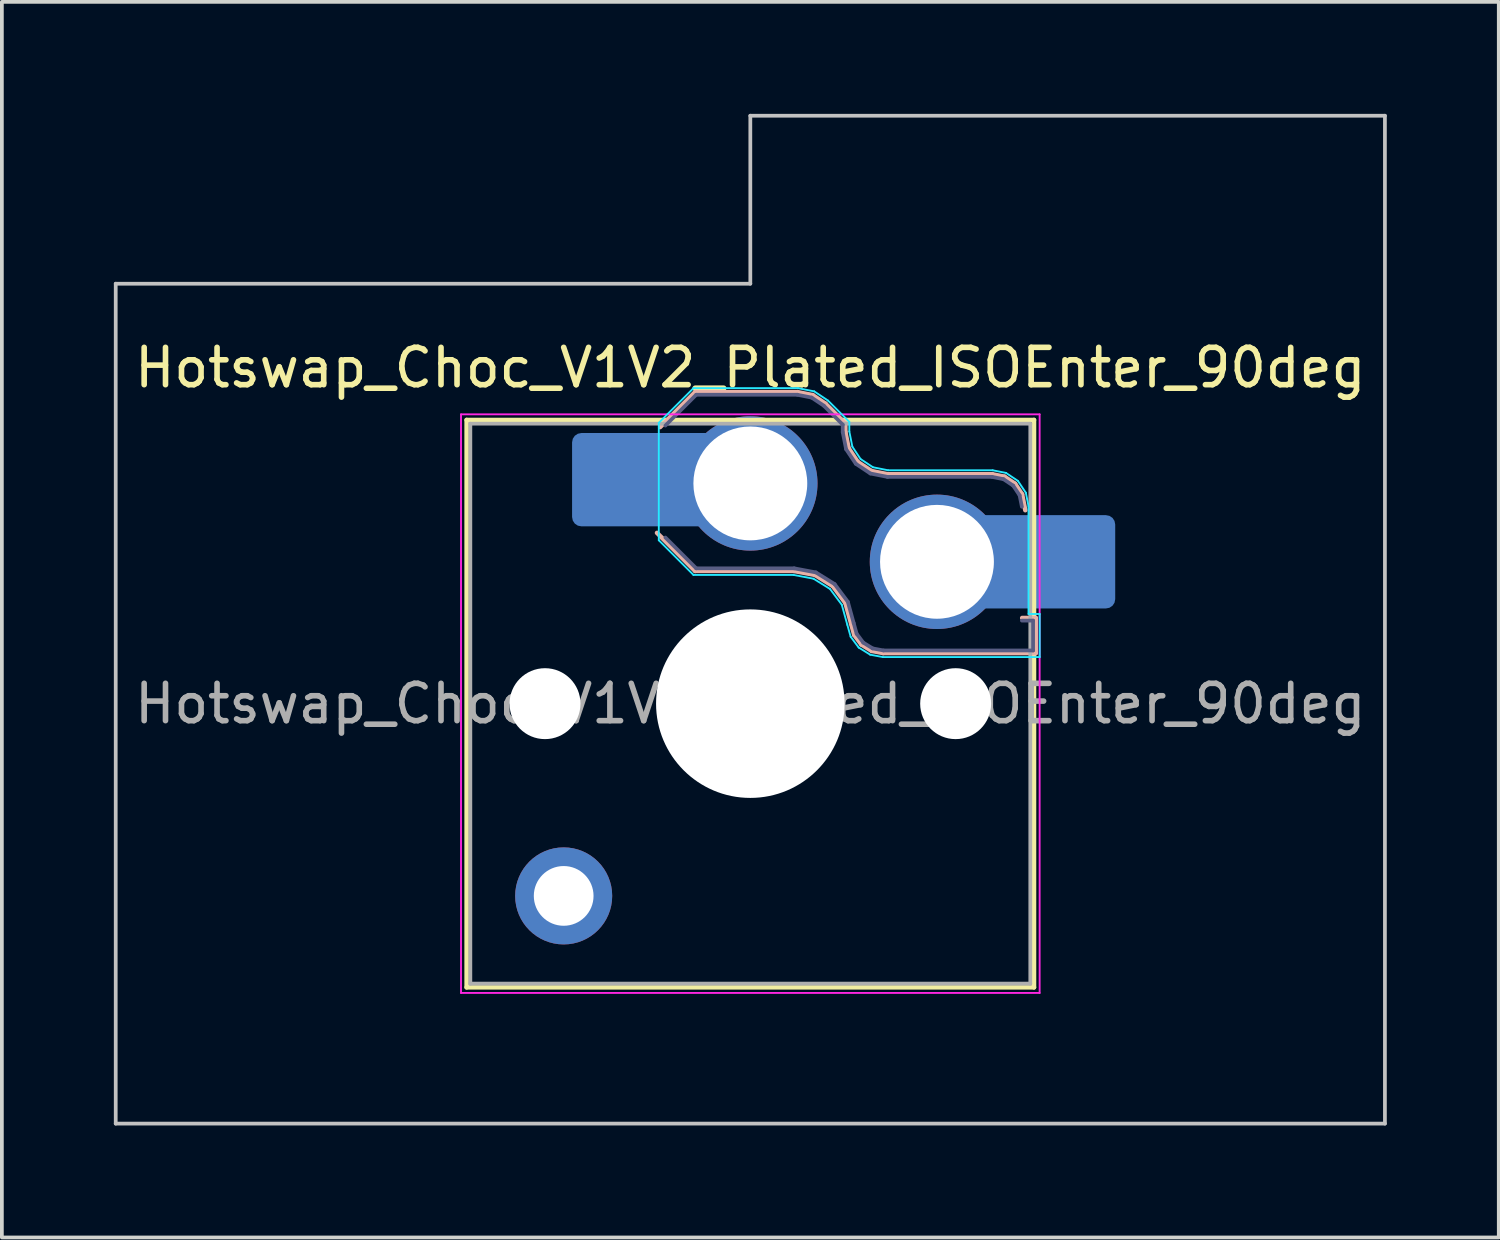
<source format=kicad_pcb>
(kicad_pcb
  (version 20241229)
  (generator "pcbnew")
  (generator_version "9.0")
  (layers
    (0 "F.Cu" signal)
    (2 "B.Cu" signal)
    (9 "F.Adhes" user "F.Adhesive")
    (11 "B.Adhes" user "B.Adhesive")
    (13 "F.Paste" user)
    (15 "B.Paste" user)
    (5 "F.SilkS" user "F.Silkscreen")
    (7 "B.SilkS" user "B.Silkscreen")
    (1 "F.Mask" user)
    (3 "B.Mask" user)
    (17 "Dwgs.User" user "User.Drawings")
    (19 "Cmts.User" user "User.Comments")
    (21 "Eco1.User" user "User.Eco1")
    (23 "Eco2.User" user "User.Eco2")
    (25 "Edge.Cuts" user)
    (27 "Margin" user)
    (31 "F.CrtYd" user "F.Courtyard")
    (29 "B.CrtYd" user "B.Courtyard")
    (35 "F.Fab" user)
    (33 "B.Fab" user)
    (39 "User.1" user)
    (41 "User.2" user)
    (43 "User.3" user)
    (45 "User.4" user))
  (footprint "Hotswap_Choc_V1V2_Plated_ISOEnter_90deg"
    (layer "F.Cu")
    (at 17.05 15.8)
    (property "Reference" "Hotswap_Choc_V1V2_Plated_ISOEnter_90deg" (at 0 -9 0) (layer "F.SilkS") (effects (font (size 1 1) (thickness 0.15))))
    (attr smd)
    (fp_line (start -7.6 -7.6) (end -7.6 7.6) (stroke (width 0.12) (type solid)) (layer "F.SilkS"))
    (fp_line (start -7.6 7.6) (end 7.6 7.6) (stroke (width 0.12) (type solid)) (layer "F.SilkS"))
    (fp_line (start 7.6 -7.6) (end -7.6 -7.6) (stroke (width 0.12) (type solid)) (layer "F.SilkS"))
    (fp_line (start 7.6 7.6) (end 7.6 -7.6) (stroke (width 0.12) (type solid)) (layer "F.SilkS"))
    (fp_line (start -2.416 -7.409) (end -1.479 -8.346) (stroke (width 0.12) (type solid)) (layer "B.SilkS"))
    (fp_line (start -1.479 -8.346) (end 1.268 -8.346) (stroke (width 0.12) (type solid)) (layer "B.SilkS"))
    (fp_line (start -1.479 -3.554) (end -2.5 -4.575) (stroke (width 0.12) (type solid)) (layer "B.SilkS"))
    (fp_line (start 1.168 -3.554) (end -1.479 -3.554) (stroke (width 0.12) (type solid)) (layer "B.SilkS"))
    (fp_line (start 1.268 -8.346) (end 1.671 -8.266) (stroke (width 0.12) (type solid)) (layer "B.SilkS"))
    (fp_line (start 1.671 -8.266) (end 2.013 -8.037) (stroke (width 0.12) (type solid)) (layer "B.SilkS"))
    (fp_line (start 1.73 -3.449) (end 1.168 -3.554) (stroke (width 0.12) (type solid)) (layer "B.SilkS"))
    (fp_line (start 2.013 -8.037) (end 2.546 -7.504) (stroke (width 0.12) (type solid)) (layer "B.SilkS"))
    (fp_line (start 2.209 -3.15) (end 1.73 -3.449) (stroke (width 0.12) (type solid)) (layer "B.SilkS"))
    (fp_line (start 2.546 -7.504) (end 2.546 -7.282) (stroke (width 0.12) (type solid)) (layer "B.SilkS"))
    (fp_line (start 2.546 -7.282) (end 2.633 -6.844) (stroke (width 0.12) (type solid)) (layer "B.SilkS"))
    (fp_line (start 2.547 -2.697) (end 2.209 -3.15) (stroke (width 0.12) (type solid)) (layer "B.SilkS"))
    (fp_line (start 2.633 -6.844) (end 2.877 -6.477) (stroke (width 0.12) (type solid)) (layer "B.SilkS"))
    (fp_line (start 2.701 -2.139) (end 2.547 -2.697) (stroke (width 0.12) (type solid)) (layer "B.SilkS"))
    (fp_line (start 2.783 -1.841) (end 2.701 -2.139) (stroke (width 0.12) (type solid)) (layer "B.SilkS"))
    (fp_line (start 2.877 -6.477) (end 3.244 -6.233) (stroke (width 0.12) (type solid)) (layer "B.SilkS"))
    (fp_line (start 2.976 -1.583) (end 2.783 -1.841) (stroke (width 0.12) (type solid)) (layer "B.SilkS"))
    (fp_line (start 3.244 -6.233) (end 3.682 -6.146) (stroke (width 0.12) (type solid)) (layer "B.SilkS"))
    (fp_line (start 3.25 -1.413) (end 2.976 -1.583) (stroke (width 0.12) (type solid)) (layer "B.SilkS"))
    (fp_line (start 3.56 -1.354) (end 3.25 -1.413) (stroke (width 0.12) (type solid)) (layer "B.SilkS"))
    (fp_line (start 3.682 -6.146) (end 6.482 -6.146) (stroke (width 0.12) (type solid)) (layer "B.SilkS"))
    (fp_line (start 6.482 -6.146) (end 6.809 -6.081) (stroke (width 0.12) (type solid)) (layer "B.SilkS"))
    (fp_line (start 6.809 -6.081) (end 7.092 -5.892) (stroke (width 0.12) (type solid)) (layer "B.SilkS"))
    (fp_line (start 7.092 -5.892) (end 7.281 -5.609) (stroke (width 0.12) (type solid)) (layer "B.SilkS"))
    (fp_line (start 7.281 -5.609) (end 7.366 -5.182) (stroke (width 0.12) (type solid)) (layer "B.SilkS"))
    (fp_line (start 7.283 -2.296) (end 7.646 -2.296) (stroke (width 0.12) (type solid)) (layer "B.SilkS"))
    (fp_line (start 7.646 -2.296) (end 7.646 -1.354) (stroke (width 0.12) (type solid)) (layer "B.SilkS"))
    (fp_line (start 7.646 -1.354) (end 3.56 -1.354) (stroke (width 0.12) (type solid)) (layer "B.SilkS"))
    (fp_line (start -17 -11.25) (end -17 11.25) (stroke (width 0.1) (type solid)) (layer "Dwgs.User"))
    (fp_line (start -17 11.25) (end 17 11.25) (stroke (width 0.1) (type solid)) (layer "Dwgs.User"))
    (fp_line (start 0 -15.75) (end 0 -11.25) (stroke (width 0.1) (type solid)) (layer "Dwgs.User"))
    (fp_line (start 0 -11.25) (end -17 -11.25) (stroke (width 0.1) (type solid)) (layer "Dwgs.User"))
    (fp_line (start 17 -15.75) (end 0 -15.75) (stroke (width 0.1) (type solid)) (layer "Dwgs.User"))
    (fp_line (start 17 11.25) (end 17 -15.75) (stroke (width 0.1) (type solid)) (layer "Dwgs.User"))
    (fp_line (start -7.25 -7.25) (end -7.25 7.25) (stroke (width 0.1) (type solid)) (layer "Eco1.User"))
    (fp_line (start -7.25 7.25) (end 7.25 7.25) (stroke (width 0.1) (type solid)) (layer "Eco1.User"))
    (fp_line (start 7.25 -7.25) (end -7.25 -7.25) (stroke (width 0.1) (type solid)) (layer "Eco1.User"))
    (fp_line (start 7.25 7.25) (end 7.25 -7.25) (stroke (width 0.1) (type solid)) (layer "Eco1.User"))
    (fp_line (start -2.452 -7.523) (end -1.523 -8.452) (stroke (width 0.05) (type solid)) (layer "B.CrtYd"))
    (fp_line (start -2.452 -4.377) (end -2.452 -7.523) (stroke (width 0.05) (type solid)) (layer "B.CrtYd"))
    (fp_line (start -1.523 -8.452) (end 1.278 -8.452) (stroke (width 0.05) (type solid)) (layer "B.CrtYd"))
    (fp_line (start -1.523 -3.448) (end -2.452 -4.377) (stroke (width 0.05) (type solid)) (layer "B.CrtYd"))
    (fp_line (start 1.159 -3.448) (end -1.523 -3.448) (stroke (width 0.05) (type solid)) (layer "B.CrtYd"))
    (fp_line (start 1.278 -8.452) (end 1.712 -8.366) (stroke (width 0.05) (type solid)) (layer "B.CrtYd"))
    (fp_line (start 1.691 -3.348) (end 1.159 -3.448) (stroke (width 0.05) (type solid)) (layer "B.CrtYd"))
    (fp_line (start 1.712 -8.366) (end 2.081 -8.119) (stroke (width 0.05) (type solid)) (layer "B.CrtYd"))
    (fp_line (start 2.081 -8.119) (end 2.652 -7.548) (stroke (width 0.05) (type solid)) (layer "B.CrtYd"))
    (fp_line (start 2.136 -3.071) (end 1.691 -3.348) (stroke (width 0.05) (type solid)) (layer "B.CrtYd"))
    (fp_line (start 2.45 -2.65) (end 2.136 -3.071) (stroke (width 0.05) (type solid)) (layer "B.CrtYd"))
    (fp_line (start 2.599 -2.111) (end 2.45 -2.65) (stroke (width 0.05) (type solid)) (layer "B.CrtYd"))
    (fp_line (start 2.652 -7.548) (end 2.652 -7.292) (stroke (width 0.05) (type solid)) (layer "B.CrtYd"))
    (fp_line (start 2.652 -7.292) (end 2.733 -6.885) (stroke (width 0.05) (type solid)) (layer "B.CrtYd"))
    (fp_line (start 2.687 -1.794) (end 2.599 -2.111) (stroke (width 0.05) (type solid)) (layer "B.CrtYd"))
    (fp_line (start 2.733 -6.885) (end 2.953 -6.553) (stroke (width 0.05) (type solid)) (layer "B.CrtYd"))
    (fp_line (start 2.903 -1.503) (end 2.687 -1.794) (stroke (width 0.05) (type solid)) (layer "B.CrtYd"))
    (fp_line (start 2.953 -6.553) (end 3.285 -6.333) (stroke (width 0.05) (type solid)) (layer "B.CrtYd"))
    (fp_line (start 3.211 -1.312) (end 2.903 -1.503) (stroke (width 0.05) (type solid)) (layer "B.CrtYd"))
    (fp_line (start 3.285 -6.333) (end 3.692 -6.252) (stroke (width 0.05) (type solid)) (layer "B.CrtYd"))
    (fp_line (start 3.55 -1.248) (end 3.211 -1.312) (stroke (width 0.05) (type solid)) (layer "B.CrtYd"))
    (fp_line (start 3.692 -6.252) (end 6.492 -6.252) (stroke (width 0.05) (type solid)) (layer "B.CrtYd"))
    (fp_line (start 6.492 -6.252) (end 6.85 -6.181) (stroke (width 0.05) (type solid)) (layer "B.CrtYd"))
    (fp_line (start 6.85 -6.181) (end 7.168 -5.968) (stroke (width 0.05) (type solid)) (layer "B.CrtYd"))
    (fp_line (start 7.168 -5.968) (end 7.381 -5.65) (stroke (width 0.05) (type solid)) (layer "B.CrtYd"))
    (fp_line (start 7.381 -5.65) (end 7.452 -5.292) (stroke (width 0.05) (type solid)) (layer "B.CrtYd"))
    (fp_line (start 7.452 -5.292) (end 7.452 -2.402) (stroke (width 0.05) (type solid)) (layer "B.CrtYd"))
    (fp_line (start 7.452 -2.402) (end 7.752 -2.402) (stroke (width 0.05) (type solid)) (layer "B.CrtYd"))
    (fp_line (start 7.752 -2.402) (end 7.752 -1.248) (stroke (width 0.05) (type solid)) (layer "B.CrtYd"))
    (fp_line (start 7.752 -1.248) (end 3.55 -1.248) (stroke (width 0.05) (type solid)) (layer "B.CrtYd"))
    (fp_line (start -7.75 -7.75) (end -7.75 7.75) (stroke (width 0.05) (type solid)) (layer "F.CrtYd"))
    (fp_line (start -7.75 7.75) (end 7.75 7.75) (stroke (width 0.05) (type solid)) (layer "F.CrtYd"))
    (fp_line (start 7.75 -7.75) (end -7.75 -7.75) (stroke (width 0.05) (type solid)) (layer "F.CrtYd"))
    (fp_line (start 7.75 7.75) (end 7.75 -7.75) (stroke (width 0.05) (type solid)) (layer "F.CrtYd"))
    (fp_line (start -2.275 -7.45) (end -1.45 -8.275) (stroke (width 0.1) (type solid)) (layer "B.Fab"))
    (fp_line (start -1.45 -8.275) (end 1.261 -8.275) (stroke (width 0.1) (type solid)) (layer "B.Fab"))
    (fp_line (start -1.45 -3.625) (end -2.275 -4.45) (stroke (width 0.1) (type solid)) (layer "B.Fab"))
    (fp_line (start 1.175 -3.625) (end -1.45 -3.625) (stroke (width 0.1) (type solid)) (layer "B.Fab"))
    (fp_line (start 1.261 -8.275) (end 1.643 -8.199) (stroke (width 0.1) (type solid)) (layer "B.Fab"))
    (fp_line (start 1.643 -8.199) (end 1.968 -7.982) (stroke (width 0.1) (type solid)) (layer "B.Fab"))
    (fp_line (start 1.756 -3.516) (end 1.175 -3.625) (stroke (width 0.1) (type solid)) (layer "B.Fab"))
    (fp_line (start 1.968 -7.982) (end 2.475 -7.475) (stroke (width 0.1) (type solid)) (layer "B.Fab"))
    (fp_line (start 2.258 -3.203) (end 1.756 -3.516) (stroke (width 0.1) (type solid)) (layer "B.Fab"))
    (fp_line (start 2.475 -7.475) (end 2.475 -7.275) (stroke (width 0.1) (type solid)) (layer "B.Fab"))
    (fp_line (start 2.475 -7.275) (end 2.566 -6.816) (stroke (width 0.1) (type solid)) (layer "B.Fab"))
    (fp_line (start 2.566 -6.816) (end 2.826 -6.426) (stroke (width 0.1) (type solid)) (layer "B.Fab"))
    (fp_line (start 2.612 -2.729) (end 2.258 -3.203) (stroke (width 0.1) (type solid)) (layer "B.Fab"))
    (fp_line (start 2.769 -2.158) (end 2.612 -2.729) (stroke (width 0.1) (type solid)) (layer "B.Fab"))
    (fp_line (start 2.826 -6.426) (end 3.216 -6.166) (stroke (width 0.1) (type solid)) (layer "B.Fab"))
    (fp_line (start 2.848 -1.873) (end 2.769 -2.158) (stroke (width 0.1) (type solid)) (layer "B.Fab"))
    (fp_line (start 3.025 -1.636) (end 2.848 -1.873) (stroke (width 0.1) (type solid)) (layer "B.Fab"))
    (fp_line (start 3.216 -6.166) (end 3.675 -6.075) (stroke (width 0.1) (type solid)) (layer "B.Fab"))
    (fp_line (start 3.276 -1.48) (end 3.025 -1.636) (stroke (width 0.1) (type solid)) (layer "B.Fab"))
    (fp_line (start 3.567 -1.425) (end 3.276 -1.48) (stroke (width 0.1) (type solid)) (layer "B.Fab"))
    (fp_line (start 3.675 -6.075) (end 6.475 -6.075) (stroke (width 0.1) (type solid)) (layer "B.Fab"))
    (fp_line (start 6.475 -6.075) (end 6.781 -6.014) (stroke (width 0.1) (type solid)) (layer "B.Fab"))
    (fp_line (start 6.781 -6.014) (end 7.041 -5.841) (stroke (width 0.1) (type solid)) (layer "B.Fab"))
    (fp_line (start 7.041 -5.841) (end 7.214 -5.581) (stroke (width 0.1) (type solid)) (layer "B.Fab"))
    (fp_line (start 7.214 -5.581) (end 7.275 -5.275) (stroke (width 0.1) (type solid)) (layer "B.Fab"))
    (fp_line (start 7.275 -2.225) (end 7.575 -2.225) (stroke (width 0.1) (type solid)) (layer "B.Fab"))
    (fp_line (start 7.575 -2.225) (end 7.575 -1.425) (stroke (width 0.1) (type solid)) (layer "B.Fab"))
    (fp_line (start 7.575 -1.425) (end 3.567 -1.425) (stroke (width 0.1) (type solid)) (layer "B.Fab"))
    (fp_line (start -7.5 -7.5) (end -7.5 7.5) (stroke (width 0.1) (type solid)) (layer "F.Fab"))
    (fp_line (start -7.5 7.5) (end 7.5 7.5) (stroke (width 0.1) (type solid)) (layer "F.Fab"))
    (fp_line (start 7.5 -7.5) (end -7.5 -7.5) (stroke (width 0.1) (type solid)) (layer "F.Fab"))
    (fp_line (start 7.5 7.5) (end 7.5 -7.5) (stroke (width 0.1) (type solid)) (layer "F.Fab"))
    (fp_text user "${REFERENCE}" (at 0 0 0) (layer "F.Fab") (effects (font (size 1 1) (thickness 0.15))))
    (pad "" np_thru_hole circle (at -5.5 0) (size 1.9 1.9) (drill 1.9) (layers "*.Cu" "*.Mask"))
    (pad "" thru_hole circle (at -5 5.15) (size 2.6 2.6) (drill 1.6) (layers "*.Cu" "*.Mask"))
    (pad "" smd roundrect (at -3.5 -6) (size 2.55 2.5) (layers "B.Mask" "B.Paste") (roundrect_rratio 0.1))
    (pad "" np_thru_hole circle (at 0 0) (size 5.05 5.05) (drill 5.05) (layers "*.Cu" "*.Mask"))
    (pad "" np_thru_hole circle (at 5.5 0) (size 1.9 1.9) (drill 1.9) (layers "*.Cu" "*.Mask"))
    (pad "" smd roundrect (at 8.5 -3.8) (size 2.55 2.5) (layers "B.Mask" "B.Paste") (roundrect_rratio 0.1))
    (pad "1" smd roundrect (at -2.85 -6) (size 3.85 2.5) (layers "B.Cu") (roundrect_rratio 0.1))
    (pad "1" thru_hole circle (at 0 -5.9) (size 3.6 3.6) (drill 3.05) (layers "*.Cu" "*.Mask"))
    (pad "2" thru_hole circle (at 5 -3.8) (size 3.6 3.6) (drill 3.05) (layers "*.Cu" "*.Mask"))
    (pad "2" smd roundrect (at 7.85 -3.8) (size 3.85 2.5) (layers "B.Cu") (roundrect_rratio 0.1)))
  (gr_rect
    (start -3 -3)
    (end 37.1 30.1)
    (stroke (width 0.1) (type default))
    (fill no)
    (layer "Edge.Cuts")))
</source>
